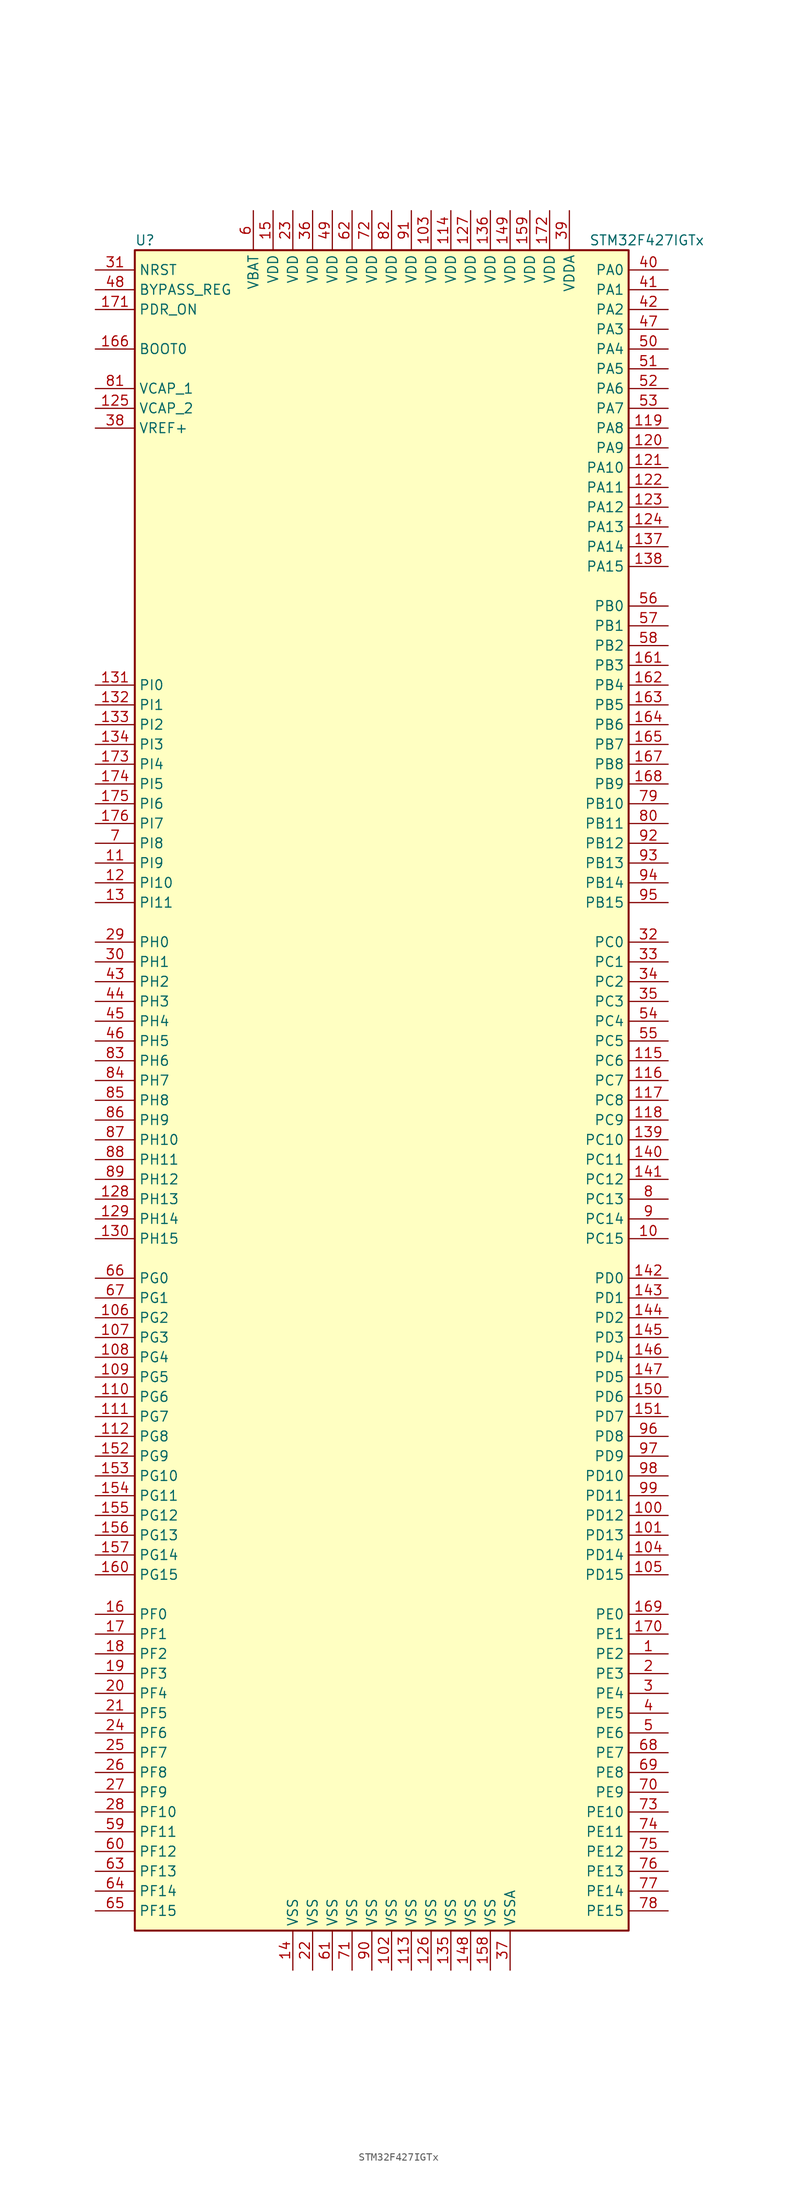
<source format=kicad_sym>
(kicad_symbol_lib
  (version 20211014)
  (generator kicad_symbol_editor)
  (symbol "STM32F427IGTx"
    (property "Reference" "U"
      (at -33.02 107.95 0)
      (effects (font (size 1.27 1.27)) (justify left)))
    (property "Value" "STM32F427IGTx"
      (at 25.4 107.95 0)
      (effects (font (size 1.27 1.27)) (justify left)))
    (symbol "STM32F427IGTx_0_1"
      (rectangle (start -33.02 -109.22) (end 30.48 106.68) (stroke (width 0.254) (type default) (color 0 0 0 0)) (fill (type background))))
    (symbol "STM32F427IGTx_1_1"
      (pin bidirectional line (at 35.56 -73.66 180) (length 5.08) (name "PE2" (effects (font (size 1.27 1.27)))) (number "1" (effects (font (size 1.27 1.27)))))
      (pin bidirectional line (at 35.56 -20.32 180) (length 5.08) (name "PC15" (effects (font (size 1.27 1.27)))) (number "10" (effects (font (size 1.27 1.27)))))
      (pin bidirectional line (at 35.56 -55.88 180) (length 5.08) (name "PD12" (effects (font (size 1.27 1.27)))) (number "100" (effects (font (size 1.27 1.27)))))
      (pin bidirectional line (at 35.56 -58.42 180) (length 5.08) (name "PD13" (effects (font (size 1.27 1.27)))) (number "101" (effects (font (size 1.27 1.27)))))
      (pin power_in line (at 0 -114.3 90) (length 5.08) (name "VSS" (effects (font (size 1.27 1.27)))) (number "102" (effects (font (size 1.27 1.27)))))
      (pin power_in line (at 5.08 111.76 270) (length 5.08) (name "VDD" (effects (font (size 1.27 1.27)))) (number "103" (effects (font (size 1.27 1.27)))))
      (pin bidirectional line (at 35.56 -60.96 180) (length 5.08) (name "PD14" (effects (font (size 1.27 1.27)))) (number "104" (effects (font (size 1.27 1.27)))))
      (pin bidirectional line (at 35.56 -63.5 180) (length 5.08) (name "PD15" (effects (font (size 1.27 1.27)))) (number "105" (effects (font (size 1.27 1.27)))))
      (pin bidirectional line (at -38.1 -30.48 0) (length 5.08) (name "PG2" (effects (font (size 1.27 1.27)))) (number "106" (effects (font (size 1.27 1.27)))))
      (pin bidirectional line (at -38.1 -33.02 0) (length 5.08) (name "PG3" (effects (font (size 1.27 1.27)))) (number "107" (effects (font (size 1.27 1.27)))))
      (pin bidirectional line (at -38.1 -35.56 0) (length 5.08) (name "PG4" (effects (font (size 1.27 1.27)))) (number "108" (effects (font (size 1.27 1.27)))))
      (pin bidirectional line (at -38.1 -38.1 0) (length 5.08) (name "PG5" (effects (font (size 1.27 1.27)))) (number "109" (effects (font (size 1.27 1.27)))))
      (pin bidirectional line (at -38.1 27.94 0) (length 5.08) (name "PI9" (effects (font (size 1.27 1.27)))) (number "11" (effects (font (size 1.27 1.27)))))
      (pin bidirectional line (at -38.1 -40.64 0) (length 5.08) (name "PG6" (effects (font (size 1.27 1.27)))) (number "110" (effects (font (size 1.27 1.27)))))
      (pin bidirectional line (at -38.1 -43.18 0) (length 5.08) (name "PG7" (effects (font (size 1.27 1.27)))) (number "111" (effects (font (size 1.27 1.27)))))
      (pin bidirectional line (at -38.1 -45.72 0) (length 5.08) (name "PG8" (effects (font (size 1.27 1.27)))) (number "112" (effects (font (size 1.27 1.27)))))
      (pin power_in line (at 2.54 -114.3 90) (length 5.08) (name "VSS" (effects (font (size 1.27 1.27)))) (number "113" (effects (font (size 1.27 1.27)))))
      (pin power_in line (at 7.62 111.76 270) (length 5.08) (name "VDD" (effects (font (size 1.27 1.27)))) (number "114" (effects (font (size 1.27 1.27)))))
      (pin bidirectional line (at 35.56 2.54 180) (length 5.08) (name "PC6" (effects (font (size 1.27 1.27)))) (number "115" (effects (font (size 1.27 1.27)))))
      (pin bidirectional line (at 35.56 0 180) (length 5.08) (name "PC7" (effects (font (size 1.27 1.27)))) (number "116" (effects (font (size 1.27 1.27)))))
      (pin bidirectional line (at 35.56 -2.54 180) (length 5.08) (name "PC8" (effects (font (size 1.27 1.27)))) (number "117" (effects (font (size 1.27 1.27)))))
      (pin bidirectional line (at 35.56 -5.08 180) (length 5.08) (name "PC9" (effects (font (size 1.27 1.27)))) (number "118" (effects (font (size 1.27 1.27)))))
      (pin bidirectional line (at 35.56 83.82 180) (length 5.08) (name "PA8" (effects (font (size 1.27 1.27)))) (number "119" (effects (font (size 1.27 1.27)))))
      (pin bidirectional line (at -38.1 25.4 0) (length 5.08) (name "PI10" (effects (font (size 1.27 1.27)))) (number "12" (effects (font (size 1.27 1.27)))))
      (pin bidirectional line (at 35.56 81.28 180) (length 5.08) (name "PA9" (effects (font (size 1.27 1.27)))) (number "120" (effects (font (size 1.27 1.27)))))
      (pin bidirectional line (at 35.56 78.74 180) (length 5.08) (name "PA10" (effects (font (size 1.27 1.27)))) (number "121" (effects (font (size 1.27 1.27)))))
      (pin bidirectional line (at 35.56 76.2 180) (length 5.08) (name "PA11" (effects (font (size 1.27 1.27)))) (number "122" (effects (font (size 1.27 1.27)))))
      (pin bidirectional line (at 35.56 73.66 180) (length 5.08) (name "PA12" (effects (font (size 1.27 1.27)))) (number "123" (effects (font (size 1.27 1.27)))))
      (pin bidirectional line (at 35.56 71.12 180) (length 5.08) (name "PA13" (effects (font (size 1.27 1.27)))) (number "124" (effects (font (size 1.27 1.27)))))
      (pin power_in line (at -38.1 86.36 0) (length 5.08) (name "VCAP_2" (effects (font (size 1.27 1.27)))) (number "125" (effects (font (size 1.27 1.27)))))
      (pin power_in line (at 5.08 -114.3 90) (length 5.08) (name "VSS" (effects (font (size 1.27 1.27)))) (number "126" (effects (font (size 1.27 1.27)))))
      (pin power_in line (at 10.16 111.76 270) (length 5.08) (name "VDD" (effects (font (size 1.27 1.27)))) (number "127" (effects (font (size 1.27 1.27)))))
      (pin bidirectional line (at -38.1 -15.24 0) (length 5.08) (name "PH13" (effects (font (size 1.27 1.27)))) (number "128" (effects (font (size 1.27 1.27)))))
      (pin bidirectional line (at -38.1 -17.78 0) (length 5.08) (name "PH14" (effects (font (size 1.27 1.27)))) (number "129" (effects (font (size 1.27 1.27)))))
      (pin bidirectional line (at -38.1 22.86 0) (length 5.08) (name "PI11" (effects (font (size 1.27 1.27)))) (number "13" (effects (font (size 1.27 1.27)))))
      (pin bidirectional line (at -38.1 -20.32 0) (length 5.08) (name "PH15" (effects (font (size 1.27 1.27)))) (number "130" (effects (font (size 1.27 1.27)))))
      (pin bidirectional line (at -38.1 50.8 0) (length 5.08) (name "PI0" (effects (font (size 1.27 1.27)))) (number "131" (effects (font (size 1.27 1.27)))))
      (pin bidirectional line (at -38.1 48.26 0) (length 5.08) (name "PI1" (effects (font (size 1.27 1.27)))) (number "132" (effects (font (size 1.27 1.27)))))
      (pin bidirectional line (at -38.1 45.72 0) (length 5.08) (name "PI2" (effects (font (size 1.27 1.27)))) (number "133" (effects (font (size 1.27 1.27)))))
      (pin bidirectional line (at -38.1 43.18 0) (length 5.08) (name "PI3" (effects (font (size 1.27 1.27)))) (number "134" (effects (font (size 1.27 1.27)))))
      (pin power_in line (at 7.62 -114.3 90) (length 5.08) (name "VSS" (effects (font (size 1.27 1.27)))) (number "135" (effects (font (size 1.27 1.27)))))
      (pin power_in line (at 12.7 111.76 270) (length 5.08) (name "VDD" (effects (font (size 1.27 1.27)))) (number "136" (effects (font (size 1.27 1.27)))))
      (pin bidirectional line (at 35.56 68.58 180) (length 5.08) (name "PA14" (effects (font (size 1.27 1.27)))) (number "137" (effects (font (size 1.27 1.27)))))
      (pin bidirectional line (at 35.56 66.04 180) (length 5.08) (name "PA15" (effects (font (size 1.27 1.27)))) (number "138" (effects (font (size 1.27 1.27)))))
      (pin bidirectional line (at 35.56 -7.62 180) (length 5.08) (name "PC10" (effects (font (size 1.27 1.27)))) (number "139" (effects (font (size 1.27 1.27)))))
      (pin power_in line (at -12.7 -114.3 90) (length 5.08) (name "VSS" (effects (font (size 1.27 1.27)))) (number "14" (effects (font (size 1.27 1.27)))))
      (pin bidirectional line (at 35.56 -10.16 180) (length 5.08) (name "PC11" (effects (font (size 1.27 1.27)))) (number "140" (effects (font (size 1.27 1.27)))))
      (pin bidirectional line (at 35.56 -12.7 180) (length 5.08) (name "PC12" (effects (font (size 1.27 1.27)))) (number "141" (effects (font (size 1.27 1.27)))))
      (pin bidirectional line (at 35.56 -25.4 180) (length 5.08) (name "PD0" (effects (font (size 1.27 1.27)))) (number "142" (effects (font (size 1.27 1.27)))))
      (pin bidirectional line (at 35.56 -27.94 180) (length 5.08) (name "PD1" (effects (font (size 1.27 1.27)))) (number "143" (effects (font (size 1.27 1.27)))))
      (pin bidirectional line (at 35.56 -30.48 180) (length 5.08) (name "PD2" (effects (font (size 1.27 1.27)))) (number "144" (effects (font (size 1.27 1.27)))))
      (pin bidirectional line (at 35.56 -33.02 180) (length 5.08) (name "PD3" (effects (font (size 1.27 1.27)))) (number "145" (effects (font (size 1.27 1.27)))))
      (pin bidirectional line (at 35.56 -35.56 180) (length 5.08) (name "PD4" (effects (font (size 1.27 1.27)))) (number "146" (effects (font (size 1.27 1.27)))))
      (pin bidirectional line (at 35.56 -38.1 180) (length 5.08) (name "PD5" (effects (font (size 1.27 1.27)))) (number "147" (effects (font (size 1.27 1.27)))))
      (pin power_in line (at 10.16 -114.3 90) (length 5.08) (name "VSS" (effects (font (size 1.27 1.27)))) (number "148" (effects (font (size 1.27 1.27)))))
      (pin power_in line (at 15.24 111.76 270) (length 5.08) (name "VDD" (effects (font (size 1.27 1.27)))) (number "149" (effects (font (size 1.27 1.27)))))
      (pin power_in line (at -15.24 111.76 270) (length 5.08) (name "VDD" (effects (font (size 1.27 1.27)))) (number "15" (effects (font (size 1.27 1.27)))))
      (pin bidirectional line (at 35.56 -40.64 180) (length 5.08) (name "PD6" (effects (font (size 1.27 1.27)))) (number "150" (effects (font (size 1.27 1.27)))))
      (pin bidirectional line (at 35.56 -43.18 180) (length 5.08) (name "PD7" (effects (font (size 1.27 1.27)))) (number "151" (effects (font (size 1.27 1.27)))))
      (pin bidirectional line (at -38.1 -48.26 0) (length 5.08) (name "PG9" (effects (font (size 1.27 1.27)))) (number "152" (effects (font (size 1.27 1.27)))))
      (pin bidirectional line (at -38.1 -50.8 0) (length 5.08) (name "PG10" (effects (font (size 1.27 1.27)))) (number "153" (effects (font (size 1.27 1.27)))))
      (pin bidirectional line (at -38.1 -53.34 0) (length 5.08) (name "PG11" (effects (font (size 1.27 1.27)))) (number "154" (effects (font (size 1.27 1.27)))))
      (pin bidirectional line (at -38.1 -55.88 0) (length 5.08) (name "PG12" (effects (font (size 1.27 1.27)))) (number "155" (effects (font (size 1.27 1.27)))))
      (pin bidirectional line (at -38.1 -58.42 0) (length 5.08) (name "PG13" (effects (font (size 1.27 1.27)))) (number "156" (effects (font (size 1.27 1.27)))))
      (pin bidirectional line (at -38.1 -60.96 0) (length 5.08) (name "PG14" (effects (font (size 1.27 1.27)))) (number "157" (effects (font (size 1.27 1.27)))))
      (pin power_in line (at 12.7 -114.3 90) (length 5.08) (name "VSS" (effects (font (size 1.27 1.27)))) (number "158" (effects (font (size 1.27 1.27)))))
      (pin power_in line (at 17.78 111.76 270) (length 5.08) (name "VDD" (effects (font (size 1.27 1.27)))) (number "159" (effects (font (size 1.27 1.27)))))
      (pin bidirectional line (at -38.1 -68.58 0) (length 5.08) (name "PF0" (effects (font (size 1.27 1.27)))) (number "16" (effects (font (size 1.27 1.27)))))
      (pin bidirectional line (at -38.1 -63.5 0) (length 5.08) (name "PG15" (effects (font (size 1.27 1.27)))) (number "160" (effects (font (size 1.27 1.27)))))
      (pin bidirectional line (at 35.56 53.34 180) (length 5.08) (name "PB3" (effects (font (size 1.27 1.27)))) (number "161" (effects (font (size 1.27 1.27)))))
      (pin bidirectional line (at 35.56 50.8 180) (length 5.08) (name "PB4" (effects (font (size 1.27 1.27)))) (number "162" (effects (font (size 1.27 1.27)))))
      (pin bidirectional line (at 35.56 48.26 180) (length 5.08) (name "PB5" (effects (font (size 1.27 1.27)))) (number "163" (effects (font (size 1.27 1.27)))))
      (pin bidirectional line (at 35.56 45.72 180) (length 5.08) (name "PB6" (effects (font (size 1.27 1.27)))) (number "164" (effects (font (size 1.27 1.27)))))
      (pin bidirectional line (at 35.56 43.18 180) (length 5.08) (name "PB7" (effects (font (size 1.27 1.27)))) (number "165" (effects (font (size 1.27 1.27)))))
      (pin input line (at -38.1 93.98 0) (length 5.08) (name "BOOT0" (effects (font (size 1.27 1.27)))) (number "166" (effects (font (size 1.27 1.27)))))
      (pin bidirectional line (at 35.56 40.64 180) (length 5.08) (name "PB8" (effects (font (size 1.27 1.27)))) (number "167" (effects (font (size 1.27 1.27)))))
      (pin bidirectional line (at 35.56 38.1 180) (length 5.08) (name "PB9" (effects (font (size 1.27 1.27)))) (number "168" (effects (font (size 1.27 1.27)))))
      (pin bidirectional line (at 35.56 -68.58 180) (length 5.08) (name "PE0" (effects (font (size 1.27 1.27)))) (number "169" (effects (font (size 1.27 1.27)))))
      (pin bidirectional line (at -38.1 -71.12 0) (length 5.08) (name "PF1" (effects (font (size 1.27 1.27)))) (number "17" (effects (font (size 1.27 1.27)))))
      (pin bidirectional line (at 35.56 -71.12 180) (length 5.08) (name "PE1" (effects (font (size 1.27 1.27)))) (number "170" (effects (font (size 1.27 1.27)))))
      (pin input line (at -38.1 99.06 0) (length 5.08) (name "PDR_ON" (effects (font (size 1.27 1.27)))) (number "171" (effects (font (size 1.27 1.27)))))
      (pin power_in line (at 20.32 111.76 270) (length 5.08) (name "VDD" (effects (font (size 1.27 1.27)))) (number "172" (effects (font (size 1.27 1.27)))))
      (pin bidirectional line (at -38.1 40.64 0) (length 5.08) (name "PI4" (effects (font (size 1.27 1.27)))) (number "173" (effects (font (size 1.27 1.27)))))
      (pin bidirectional line (at -38.1 38.1 0) (length 5.08) (name "PI5" (effects (font (size 1.27 1.27)))) (number "174" (effects (font (size 1.27 1.27)))))
      (pin bidirectional line (at -38.1 35.56 0) (length 5.08) (name "PI6" (effects (font (size 1.27 1.27)))) (number "175" (effects (font (size 1.27 1.27)))))
      (pin bidirectional line (at -38.1 33.02 0) (length 5.08) (name "PI7" (effects (font (size 1.27 1.27)))) (number "176" (effects (font (size 1.27 1.27)))))
      (pin bidirectional line (at -38.1 -73.66 0) (length 5.08) (name "PF2" (effects (font (size 1.27 1.27)))) (number "18" (effects (font (size 1.27 1.27)))))
      (pin bidirectional line (at -38.1 -76.2 0) (length 5.08) (name "PF3" (effects (font (size 1.27 1.27)))) (number "19" (effects (font (size 1.27 1.27)))))
      (pin bidirectional line (at 35.56 -76.2 180) (length 5.08) (name "PE3" (effects (font (size 1.27 1.27)))) (number "2" (effects (font (size 1.27 1.27)))))
      (pin bidirectional line (at -38.1 -78.74 0) (length 5.08) (name "PF4" (effects (font (size 1.27 1.27)))) (number "20" (effects (font (size 1.27 1.27)))))
      (pin bidirectional line (at -38.1 -81.28 0) (length 5.08) (name "PF5" (effects (font (size 1.27 1.27)))) (number "21" (effects (font (size 1.27 1.27)))))
      (pin power_in line (at -10.16 -114.3 90) (length 5.08) (name "VSS" (effects (font (size 1.27 1.27)))) (number "22" (effects (font (size 1.27 1.27)))))
      (pin power_in line (at -12.7 111.76 270) (length 5.08) (name "VDD" (effects (font (size 1.27 1.27)))) (number "23" (effects (font (size 1.27 1.27)))))
      (pin bidirectional line (at -38.1 -83.82 0) (length 5.08) (name "PF6" (effects (font (size 1.27 1.27)))) (number "24" (effects (font (size 1.27 1.27)))))
      (pin bidirectional line (at -38.1 -86.36 0) (length 5.08) (name "PF7" (effects (font (size 1.27 1.27)))) (number "25" (effects (font (size 1.27 1.27)))))
      (pin bidirectional line (at -38.1 -88.9 0) (length 5.08) (name "PF8" (effects (font (size 1.27 1.27)))) (number "26" (effects (font (size 1.27 1.27)))))
      (pin bidirectional line (at -38.1 -91.44 0) (length 5.08) (name "PF9" (effects (font (size 1.27 1.27)))) (number "27" (effects (font (size 1.27 1.27)))))
      (pin bidirectional line (at -38.1 -93.98 0) (length 5.08) (name "PF10" (effects (font (size 1.27 1.27)))) (number "28" (effects (font (size 1.27 1.27)))))
      (pin input line (at -38.1 17.78 0) (length 5.08) (name "PH0" (effects (font (size 1.27 1.27)))) (number "29" (effects (font (size 1.27 1.27)))))
      (pin bidirectional line (at 35.56 -78.74 180) (length 5.08) (name "PE4" (effects (font (size 1.27 1.27)))) (number "3" (effects (font (size 1.27 1.27)))))
      (pin input line (at -38.1 15.24 0) (length 5.08) (name "PH1" (effects (font (size 1.27 1.27)))) (number "30" (effects (font (size 1.27 1.27)))))
      (pin input line (at -38.1 104.14 0) (length 5.08) (name "NRST" (effects (font (size 1.27 1.27)))) (number "31" (effects (font (size 1.27 1.27)))))
      (pin bidirectional line (at 35.56 17.78 180) (length 5.08) (name "PC0" (effects (font (size 1.27 1.27)))) (number "32" (effects (font (size 1.27 1.27)))))
      (pin bidirectional line (at 35.56 15.24 180) (length 5.08) (name "PC1" (effects (font (size 1.27 1.27)))) (number "33" (effects (font (size 1.27 1.27)))))
      (pin bidirectional line (at 35.56 12.7 180) (length 5.08) (name "PC2" (effects (font (size 1.27 1.27)))) (number "34" (effects (font (size 1.27 1.27)))))
      (pin bidirectional line (at 35.56 10.16 180) (length 5.08) (name "PC3" (effects (font (size 1.27 1.27)))) (number "35" (effects (font (size 1.27 1.27)))))
      (pin power_in line (at -10.16 111.76 270) (length 5.08) (name "VDD" (effects (font (size 1.27 1.27)))) (number "36" (effects (font (size 1.27 1.27)))))
      (pin power_in line (at 15.24 -114.3 90) (length 5.08) (name "VSSA" (effects (font (size 1.27 1.27)))) (number "37" (effects (font (size 1.27 1.27)))))
      (pin power_in line (at -38.1 83.82 0) (length 5.08) (name "VREF+" (effects (font (size 1.27 1.27)))) (number "38" (effects (font (size 1.27 1.27)))))
      (pin power_in line (at 22.86 111.76 270) (length 5.08) (name "VDDA" (effects (font (size 1.27 1.27)))) (number "39" (effects (font (size 1.27 1.27)))))
      (pin bidirectional line (at 35.56 -81.28 180) (length 5.08) (name "PE5" (effects (font (size 1.27 1.27)))) (number "4" (effects (font (size 1.27 1.27)))))
      (pin bidirectional line (at 35.56 104.14 180) (length 5.08) (name "PA0" (effects (font (size 1.27 1.27)))) (number "40" (effects (font (size 1.27 1.27)))))
      (pin bidirectional line (at 35.56 101.6 180) (length 5.08) (name "PA1" (effects (font (size 1.27 1.27)))) (number "41" (effects (font (size 1.27 1.27)))))
      (pin bidirectional line (at 35.56 99.06 180) (length 5.08) (name "PA2" (effects (font (size 1.27 1.27)))) (number "42" (effects (font (size 1.27 1.27)))))
      (pin bidirectional line (at -38.1 12.7 0) (length 5.08) (name "PH2" (effects (font (size 1.27 1.27)))) (number "43" (effects (font (size 1.27 1.27)))))
      (pin bidirectional line (at -38.1 10.16 0) (length 5.08) (name "PH3" (effects (font (size 1.27 1.27)))) (number "44" (effects (font (size 1.27 1.27)))))
      (pin bidirectional line (at -38.1 7.62 0) (length 5.08) (name "PH4" (effects (font (size 1.27 1.27)))) (number "45" (effects (font (size 1.27 1.27)))))
      (pin bidirectional line (at -38.1 5.08 0) (length 5.08) (name "PH5" (effects (font (size 1.27 1.27)))) (number "46" (effects (font (size 1.27 1.27)))))
      (pin bidirectional line (at 35.56 96.52 180) (length 5.08) (name "PA3" (effects (font (size 1.27 1.27)))) (number "47" (effects (font (size 1.27 1.27)))))
      (pin input line (at -38.1 101.6 0) (length 5.08) (name "BYPASS_REG" (effects (font (size 1.27 1.27)))) (number "48" (effects (font (size 1.27 1.27)))))
      (pin power_in line (at -7.62 111.76 270) (length 5.08) (name "VDD" (effects (font (size 1.27 1.27)))) (number "49" (effects (font (size 1.27 1.27)))))
      (pin bidirectional line (at 35.56 -83.82 180) (length 5.08) (name "PE6" (effects (font (size 1.27 1.27)))) (number "5" (effects (font (size 1.27 1.27)))))
      (pin bidirectional line (at 35.56 93.98 180) (length 5.08) (name "PA4" (effects (font (size 1.27 1.27)))) (number "50" (effects (font (size 1.27 1.27)))))
      (pin bidirectional line (at 35.56 91.44 180) (length 5.08) (name "PA5" (effects (font (size 1.27 1.27)))) (number "51" (effects (font (size 1.27 1.27)))))
      (pin bidirectional line (at 35.56 88.9 180) (length 5.08) (name "PA6" (effects (font (size 1.27 1.27)))) (number "52" (effects (font (size 1.27 1.27)))))
      (pin bidirectional line (at 35.56 86.36 180) (length 5.08) (name "PA7" (effects (font (size 1.27 1.27)))) (number "53" (effects (font (size 1.27 1.27)))))
      (pin bidirectional line (at 35.56 7.62 180) (length 5.08) (name "PC4" (effects (font (size 1.27 1.27)))) (number "54" (effects (font (size 1.27 1.27)))))
      (pin bidirectional line (at 35.56 5.08 180) (length 5.08) (name "PC5" (effects (font (size 1.27 1.27)))) (number "55" (effects (font (size 1.27 1.27)))))
      (pin bidirectional line (at 35.56 60.96 180) (length 5.08) (name "PB0" (effects (font (size 1.27 1.27)))) (number "56" (effects (font (size 1.27 1.27)))))
      (pin bidirectional line (at 35.56 58.42 180) (length 5.08) (name "PB1" (effects (font (size 1.27 1.27)))) (number "57" (effects (font (size 1.27 1.27)))))
      (pin bidirectional line (at 35.56 55.88 180) (length 5.08) (name "PB2" (effects (font (size 1.27 1.27)))) (number "58" (effects (font (size 1.27 1.27)))))
      (pin bidirectional line (at -38.1 -96.52 0) (length 5.08) (name "PF11" (effects (font (size 1.27 1.27)))) (number "59" (effects (font (size 1.27 1.27)))))
      (pin power_in line (at -17.78 111.76 270) (length 5.08) (name "VBAT" (effects (font (size 1.27 1.27)))) (number "6" (effects (font (size 1.27 1.27)))))
      (pin bidirectional line (at -38.1 -99.06 0) (length 5.08) (name "PF12" (effects (font (size 1.27 1.27)))) (number "60" (effects (font (size 1.27 1.27)))))
      (pin power_in line (at -7.62 -114.3 90) (length 5.08) (name "VSS" (effects (font (size 1.27 1.27)))) (number "61" (effects (font (size 1.27 1.27)))))
      (pin power_in line (at -5.08 111.76 270) (length 5.08) (name "VDD" (effects (font (size 1.27 1.27)))) (number "62" (effects (font (size 1.27 1.27)))))
      (pin bidirectional line (at -38.1 -101.6 0) (length 5.08) (name "PF13" (effects (font (size 1.27 1.27)))) (number "63" (effects (font (size 1.27 1.27)))))
      (pin bidirectional line (at -38.1 -104.14 0) (length 5.08) (name "PF14" (effects (font (size 1.27 1.27)))) (number "64" (effects (font (size 1.27 1.27)))))
      (pin bidirectional line (at -38.1 -106.68 0) (length 5.08) (name "PF15" (effects (font (size 1.27 1.27)))) (number "65" (effects (font (size 1.27 1.27)))))
      (pin bidirectional line (at -38.1 -25.4 0) (length 5.08) (name "PG0" (effects (font (size 1.27 1.27)))) (number "66" (effects (font (size 1.27 1.27)))))
      (pin bidirectional line (at -38.1 -27.94 0) (length 5.08) (name "PG1" (effects (font (size 1.27 1.27)))) (number "67" (effects (font (size 1.27 1.27)))))
      (pin bidirectional line (at 35.56 -86.36 180) (length 5.08) (name "PE7" (effects (font (size 1.27 1.27)))) (number "68" (effects (font (size 1.27 1.27)))))
      (pin bidirectional line (at 35.56 -88.9 180) (length 5.08) (name "PE8" (effects (font (size 1.27 1.27)))) (number "69" (effects (font (size 1.27 1.27)))))
      (pin bidirectional line (at -38.1 30.48 0) (length 5.08) (name "PI8" (effects (font (size 1.27 1.27)))) (number "7" (effects (font (size 1.27 1.27)))))
      (pin bidirectional line (at 35.56 -91.44 180) (length 5.08) (name "PE9" (effects (font (size 1.27 1.27)))) (number "70" (effects (font (size 1.27 1.27)))))
      (pin power_in line (at -5.08 -114.3 90) (length 5.08) (name "VSS" (effects (font (size 1.27 1.27)))) (number "71" (effects (font (size 1.27 1.27)))))
      (pin power_in line (at -2.54 111.76 270) (length 5.08) (name "VDD" (effects (font (size 1.27 1.27)))) (number "72" (effects (font (size 1.27 1.27)))))
      (pin bidirectional line (at 35.56 -93.98 180) (length 5.08) (name "PE10" (effects (font (size 1.27 1.27)))) (number "73" (effects (font (size 1.27 1.27)))))
      (pin bidirectional line (at 35.56 -96.52 180) (length 5.08) (name "PE11" (effects (font (size 1.27 1.27)))) (number "74" (effects (font (size 1.27 1.27)))))
      (pin bidirectional line (at 35.56 -99.06 180) (length 5.08) (name "PE12" (effects (font (size 1.27 1.27)))) (number "75" (effects (font (size 1.27 1.27)))))
      (pin bidirectional line (at 35.56 -101.6 180) (length 5.08) (name "PE13" (effects (font (size 1.27 1.27)))) (number "76" (effects (font (size 1.27 1.27)))))
      (pin bidirectional line (at 35.56 -104.14 180) (length 5.08) (name "PE14" (effects (font (size 1.27 1.27)))) (number "77" (effects (font (size 1.27 1.27)))))
      (pin bidirectional line (at 35.56 -106.68 180) (length 5.08) (name "PE15" (effects (font (size 1.27 1.27)))) (number "78" (effects (font (size 1.27 1.27)))))
      (pin bidirectional line (at 35.56 35.56 180) (length 5.08) (name "PB10" (effects (font (size 1.27 1.27)))) (number "79" (effects (font (size 1.27 1.27)))))
      (pin bidirectional line (at 35.56 -15.24 180) (length 5.08) (name "PC13" (effects (font (size 1.27 1.27)))) (number "8" (effects (font (size 1.27 1.27)))))
      (pin bidirectional line (at 35.56 33.02 180) (length 5.08) (name "PB11" (effects (font (size 1.27 1.27)))) (number "80" (effects (font (size 1.27 1.27)))))
      (pin power_in line (at -38.1 88.9 0) (length 5.08) (name "VCAP_1" (effects (font (size 1.27 1.27)))) (number "81" (effects (font (size 1.27 1.27)))))
      (pin power_in line (at 0 111.76 270) (length 5.08) (name "VDD" (effects (font (size 1.27 1.27)))) (number "82" (effects (font (size 1.27 1.27)))))
      (pin bidirectional line (at -38.1 2.54 0) (length 5.08) (name "PH6" (effects (font (size 1.27 1.27)))) (number "83" (effects (font (size 1.27 1.27)))))
      (pin bidirectional line (at -38.1 0 0) (length 5.08) (name "PH7" (effects (font (size 1.27 1.27)))) (number "84" (effects (font (size 1.27 1.27)))))
      (pin bidirectional line (at -38.1 -2.54 0) (length 5.08) (name "PH8" (effects (font (size 1.27 1.27)))) (number "85" (effects (font (size 1.27 1.27)))))
      (pin bidirectional line (at -38.1 -5.08 0) (length 5.08) (name "PH9" (effects (font (size 1.27 1.27)))) (number "86" (effects (font (size 1.27 1.27)))))
      (pin bidirectional line (at -38.1 -7.62 0) (length 5.08) (name "PH10" (effects (font (size 1.27 1.27)))) (number "87" (effects (font (size 1.27 1.27)))))
      (pin bidirectional line (at -38.1 -10.16 0) (length 5.08) (name "PH11" (effects (font (size 1.27 1.27)))) (number "88" (effects (font (size 1.27 1.27)))))
      (pin bidirectional line (at -38.1 -12.7 0) (length 5.08) (name "PH12" (effects (font (size 1.27 1.27)))) (number "89" (effects (font (size 1.27 1.27)))))
      (pin bidirectional line (at 35.56 -17.78 180) (length 5.08) (name "PC14" (effects (font (size 1.27 1.27)))) (number "9" (effects (font (size 1.27 1.27)))))
      (pin power_in line (at -2.54 -114.3 90) (length 5.08) (name "VSS" (effects (font (size 1.27 1.27)))) (number "90" (effects (font (size 1.27 1.27)))))
      (pin power_in line (at 2.54 111.76 270) (length 5.08) (name "VDD" (effects (font (size 1.27 1.27)))) (number "91" (effects (font (size 1.27 1.27)))))
      (pin bidirectional line (at 35.56 30.48 180) (length 5.08) (name "PB12" (effects (font (size 1.27 1.27)))) (number "92" (effects (font (size 1.27 1.27)))))
      (pin bidirectional line (at 35.56 27.94 180) (length 5.08) (name "PB13" (effects (font (size 1.27 1.27)))) (number "93" (effects (font (size 1.27 1.27)))))
      (pin bidirectional line (at 35.56 25.4 180) (length 5.08) (name "PB14" (effects (font (size 1.27 1.27)))) (number "94" (effects (font (size 1.27 1.27)))))
      (pin bidirectional line (at 35.56 22.86 180) (length 5.08) (name "PB15" (effects (font (size 1.27 1.27)))) (number "95" (effects (font (size 1.27 1.27)))))
      (pin bidirectional line (at 35.56 -45.72 180) (length 5.08) (name "PD8" (effects (font (size 1.27 1.27)))) (number "96" (effects (font (size 1.27 1.27)))))
      (pin bidirectional line (at 35.56 -48.26 180) (length 5.08) (name "PD9" (effects (font (size 1.27 1.27)))) (number "97" (effects (font (size 1.27 1.27)))))
      (pin bidirectional line (at 35.56 -50.8 180) (length 5.08) (name "PD10" (effects (font (size 1.27 1.27)))) (number "98" (effects (font (size 1.27 1.27)))))
      (pin bidirectional line (at 35.56 -53.34 180) (length 5.08) (name "PD11" (effects (font (size 1.27 1.27)))) (number "99" (effects (font (size 1.27 1.27))))))))
</source>
